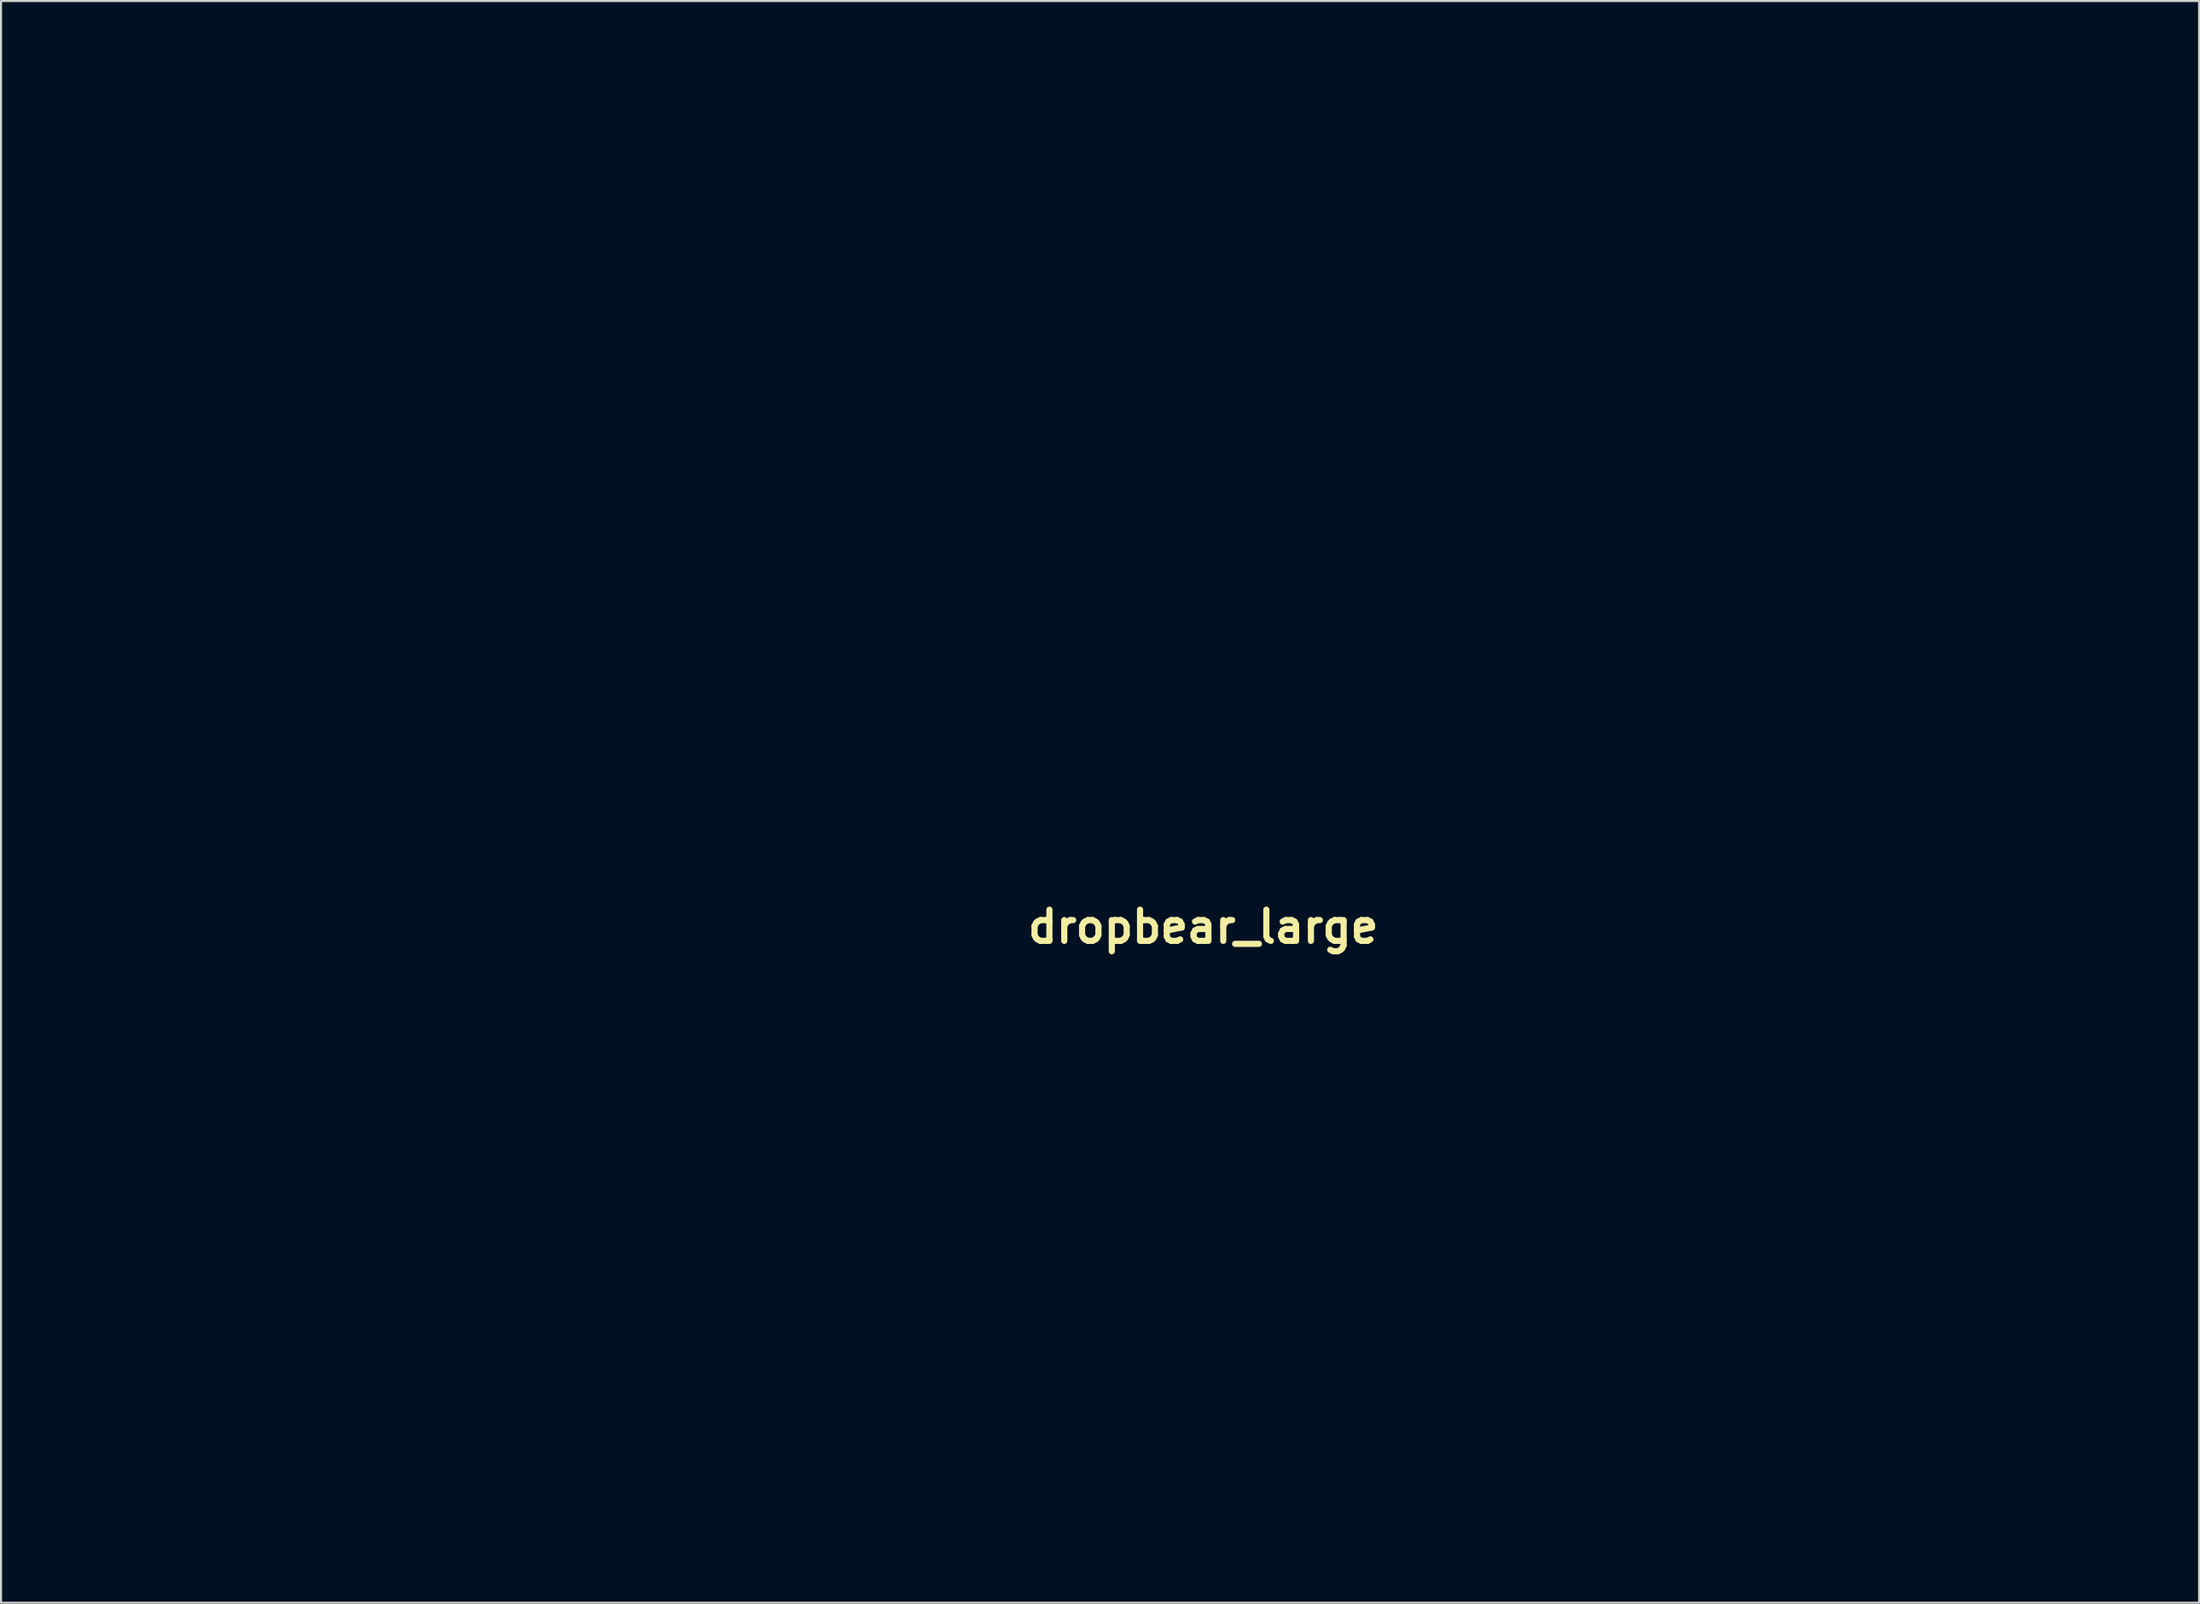
<source format=kicad_pcb>
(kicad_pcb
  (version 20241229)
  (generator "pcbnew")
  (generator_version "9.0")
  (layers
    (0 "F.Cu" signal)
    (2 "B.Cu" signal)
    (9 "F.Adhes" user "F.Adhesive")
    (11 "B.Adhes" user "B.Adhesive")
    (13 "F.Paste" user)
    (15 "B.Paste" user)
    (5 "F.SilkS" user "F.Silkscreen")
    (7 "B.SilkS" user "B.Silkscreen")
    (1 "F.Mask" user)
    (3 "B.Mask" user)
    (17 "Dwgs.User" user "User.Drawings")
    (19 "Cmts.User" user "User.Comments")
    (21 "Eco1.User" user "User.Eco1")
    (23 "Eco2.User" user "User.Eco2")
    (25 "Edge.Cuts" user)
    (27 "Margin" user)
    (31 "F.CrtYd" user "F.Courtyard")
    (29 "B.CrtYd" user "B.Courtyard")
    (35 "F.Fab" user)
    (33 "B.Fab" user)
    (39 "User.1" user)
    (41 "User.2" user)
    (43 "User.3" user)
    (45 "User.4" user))
  (footprint "dropbear_large"
    (layer "F.Cu")
    (at 55.711 42.227)
    (property "Reference" "dropbear_large" (at 0 0 0) (layer "F.SilkS") (effects (font (size 1.524 1.524) (thickness 0.3))))
    (attr through_hole)
    (fp_poly (pts (xy -4.691 -0.369) (xy -4.374 -0.342) (xy -4.12 -0.288) (xy -3.875 -0.197) (xy -3.831 -0.177) (xy -3.439 0.047) (xy -3.131 0.319) (xy -2.935 0.609) (xy -2.879 0.847) (xy -2.956 1.128) (xy -3.17 1.416) (xy -3.49 1.68) (xy -3.828 1.863) (xy -4.224 1.983) (xy -4.716 2.062) (xy -5.233 2.094) (xy -5.706 2.072) (xy -5.949 2.03) (xy -6.423 1.864) (xy -6.827 1.632) (xy -7.136 1.357) (xy -7.322 1.061) (xy -7.366 0.843) (xy -7.289 0.565) (xy -7.075 0.278) (xy -6.756 0.012) (xy -6.414 -0.177) (xy -6.165 -0.275) (xy -5.917 -0.335) (xy -5.615 -0.366) (xy -5.207 -0.376) (xy -5.122 -0.376) (xy -4.691 -0.369)) (stroke (width 0.01) (type solid)) (fill no) (layer "Eco2.User"))
    (fp_poly (pts (xy -20.693 -12.14) (xy -20.495 -11.991) (xy -20.191 -11.755) (xy -19.794 -11.441) (xy -19.316 -11.06) (xy -18.769 -10.622) (xy -18.167 -10.136) (xy -17.521 -9.614) (xy -17.282 -9.419) (xy -13.872 -6.646) (xy -14.281 -6.467) (xy -14.967 -6.241) (xy -15.723 -6.12) (xy -16.479 -6.111) (xy -16.849 -6.154) (xy -17.353 -6.278) (xy -17.891 -6.476) (xy -18.416 -6.725) (xy -18.885 -7.003) (xy -19.249 -7.288) (xy -19.358 -7.4) (xy -19.588 -7.72) (xy -19.842 -8.156) (xy -20.095 -8.664) (xy -20.327 -9.196) (xy -20.514 -9.706) (xy -20.575 -9.906) (xy -20.648 -10.22) (xy -20.712 -10.595) (xy -20.765 -10.996) (xy -20.803 -11.387) (xy -20.823 -11.736) (xy -20.823 -12.007) (xy -20.798 -12.165) (xy -20.772 -12.192) (xy -20.693 -12.14)) (stroke (width 0.01) (type solid)) (fill no) (layer "Eco2.User"))
    (fp_poly (pts (xy 11.837 -12.538) (xy 11.851 -12.328) (xy 11.842 -12.02) (xy 11.814 -11.649) (xy 11.77 -11.249) (xy 11.712 -10.855) (xy 11.643 -10.502) (xy 11.6 -10.329) (xy 11.439 -9.844) (xy 11.225 -9.317) (xy 10.979 -8.795) (xy 10.724 -8.323) (xy 10.482 -7.948) (xy 10.385 -7.826) (xy 10.049 -7.52) (xy 9.582 -7.217) (xy 9.02 -6.938) (xy 8.575 -6.763) (xy 8.145 -6.654) (xy 7.621 -6.582) (xy 7.066 -6.55) (xy 6.54 -6.562) (xy 6.105 -6.621) (xy 6.054 -6.633) (xy 5.713 -6.737) (xy 5.366 -6.863) (xy 5.264 -6.907) (xy 4.897 -7.07) (xy 8.307 -9.842) (xy 8.965 -10.376) (xy 9.584 -10.876) (xy 10.152 -11.333) (xy 10.656 -11.735) (xy 11.084 -12.074) (xy 11.423 -12.339) (xy 11.66 -12.521) (xy 11.784 -12.609) (xy 11.798 -12.615) (xy 11.837 -12.538)) (stroke (width 0.01) (type solid)) (fill no) (layer "Eco2.User"))
    (fp_poly (pts (xy -33.835 -42.065) (xy -32.597 -41.859) (xy -31.025 -41.466) (xy -29.449 -40.917) (xy -27.891 -40.225) (xy -26.375 -39.399) (xy -24.924 -38.452) (xy -23.768 -37.566) (xy -23.243 -37.111) (xy -22.665 -36.572) (xy -22.066 -35.98) (xy -21.479 -35.372) (xy -20.936 -34.778) (xy -20.471 -34.234) (xy -20.211 -33.904) (xy -19.644 -33.149) (xy -19.919 -33.054) (xy -20.385 -32.856) (xy -20.965 -32.548) (xy -21.653 -32.135) (xy -22.439 -31.623) (xy -23.315 -31.018) (xy -24.274 -30.325) (xy -25.307 -29.55) (xy -26.406 -28.698) (xy -27.564 -27.775) (xy -27.944 -27.467) (xy -28.392 -27.105) (xy -28.798 -26.781) (xy -29.143 -26.511) (xy -29.409 -26.309) (xy -29.578 -26.189) (xy -29.627 -26.162) (xy -29.732 -26.224) (xy -29.838 -26.347) (xy -30.012 -26.548) (xy -30.296 -26.82) (xy -30.658 -27.139) (xy -31.069 -27.478) (xy -31.5 -27.814) (xy -31.919 -28.12) (xy -32.094 -28.24) (xy -33.129 -28.858) (xy -34.222 -29.37) (xy -35.33 -29.759) (xy -36.195 -29.967) (xy -37.229 -30.111) (xy -38.306 -30.167) (xy -39.374 -30.136) (xy -40.38 -30.019) (xy -40.925 -29.91) (xy -41.529 -29.765) (xy -40.767 -29.713) (xy -40.397 -29.68) (xy -39.978 -29.631) (xy -39.545 -29.57) (xy -39.128 -29.504) (xy -38.76 -29.437) (xy -38.475 -29.376) (xy -38.304 -29.324) (xy -38.269 -29.299) (xy -38.346 -29.259) (xy -38.552 -29.198) (xy -38.85 -29.126) (xy -39.01 -29.092) (xy -40.287 -28.766) (xy -41.552 -28.324) (xy -42.782 -27.78) (xy -43.951 -27.148) (xy -45.034 -26.441) (xy -46.008 -25.673) (xy -46.847 -24.858) (xy -47.056 -24.621) (xy -47.306 -24.314) (xy -47.556 -23.987) (xy -47.785 -23.67) (xy -47.973 -23.391) (xy -48.1 -23.179) (xy -48.146 -23.063) (xy -48.143 -23.053) (xy -48.057 -23.074) (xy -47.883 -23.167) (xy -47.781 -23.232) (xy -47.153 -23.567) (xy -46.406 -23.831) (xy -45.576 -24.019) (xy -44.703 -24.122) (xy -43.822 -24.135) (xy -43.146 -24.076) (xy -42.749 -24.021) (xy -43.511 -23.31) (xy -44.334 -22.457) (xy -45.043 -21.543) (xy -45.625 -20.594) (xy -46.062 -19.633) (xy -46.233 -19.119) (xy -46.32 -18.733) (xy -46.39 -18.262) (xy -46.441 -17.754) (xy -46.468 -17.253) (xy -46.47 -16.805) (xy -46.443 -16.457) (xy -46.42 -16.341) (xy -46.339 -16.044) (xy -46.232 -16.552) (xy -45.885 -17.849) (xy -45.406 -19.077) (xy -44.805 -20.224) (xy -44.092 -21.275) (xy -43.275 -22.218) (xy -42.365 -23.039) (xy -41.37 -23.725) (xy -40.968 -23.95) (xy -40.602 -24.16) (xy -40.395 -24.325) (xy -40.344 -24.427) (xy -40.425 -24.614) (xy -40.659 -24.788) (xy -41.026 -24.942) (xy -41.511 -25.07) (xy -42.095 -25.165) (xy -42.433 -25.2) (xy -42.743 -25.234) (xy -42.976 -25.274) (xy -43.09 -25.314) (xy -43.095 -25.323) (xy -43.026 -25.422) (xy -42.84 -25.577) (xy -42.571 -25.765) (xy -42.255 -25.965) (xy -41.924 -26.156) (xy -41.614 -26.315) (xy -41.414 -26.4) (xy -41.107 -26.501) (xy -40.792 -26.571) (xy -40.418 -26.616) (xy -39.937 -26.645) (xy -39.825 -26.65) (xy -38.801 -26.631) (xy -37.808 -26.488) (xy -36.805 -26.213) (xy -35.963 -25.89) (xy -35.561 -25.718) (xy -36.027 -25.215) (xy -36.712 -24.377) (xy -37.288 -23.457) (xy -37.758 -22.442) (xy -38.129 -21.321) (xy -38.403 -20.081) (xy -38.586 -18.71) (xy -38.619 -18.34) (xy -38.663 -17.651) (xy -38.676 -17.03) (xy -38.658 -16.394) (xy -38.618 -15.779) (xy -38.517 -14.472) (xy -38.767 -14.262) (xy -38.925 -14.096) (xy -39.134 -13.831) (xy -39.36 -13.514) (xy -39.454 -13.37) (xy -39.643 -13.055) (xy -39.886 -12.619) (xy -40.167 -12.094) (xy -40.468 -11.514) (xy -40.773 -10.91) (xy -41.066 -10.316) (xy -41.33 -9.763) (xy -41.548 -9.286) (xy -41.619 -9.124) (xy -41.743 -8.858) (xy -41.85 -8.676) (xy -41.918 -8.613) (xy -41.924 -8.617) (xy -41.976 -8.726) (xy -42.05 -8.95) (xy -42.127 -9.229) (xy -42.174 -9.457) (xy -42.212 -9.749) (xy -42.244 -10.124) (xy -42.269 -10.603) (xy -42.29 -11.208) (xy -42.307 -11.958) (xy -42.31 -12.093) (xy -42.353 -14.408) (xy -42.602 -13.972) (xy -43.065 -13.016) (xy -43.443 -11.924) (xy -43.735 -10.71) (xy -43.94 -9.384) (xy -44.058 -7.958) (xy -44.087 -6.444) (xy -44.028 -4.854) (xy -43.879 -3.2) (xy -43.641 -1.493) (xy -43.427 -0.313) (xy -43.341 0.125) (xy -43.268 0.502) (xy -43.214 0.787) (xy -43.184 0.951) (xy -43.18 0.978) (xy -43.255 1.011) (xy -43.451 1.009) (xy -43.723 0.978) (xy -44.028 0.921) (xy -44.187 0.882) (xy -44.834 0.635) (xy -45.52 0.239) (xy -46.232 -0.297) (xy -46.959 -0.959) (xy -47.688 -1.737) (xy -48.407 -2.619) (xy -49.104 -3.593) (xy -49.485 -4.182) (xy -49.666 -4.464) (xy -49.813 -4.677) (xy -49.904 -4.79) (xy -49.923 -4.8) (xy -49.944 -4.711) (xy -49.986 -4.478) (xy -50.045 -4.124) (xy -50.118 -3.674) (xy -50.199 -3.15) (xy -50.254 -2.79) (xy -50.34 -2.231) (xy -50.42 -1.73) (xy -50.489 -1.31) (xy -50.545 -0.995) (xy -50.583 -0.809) (xy -50.596 -0.769) (xy -50.677 -0.799) (xy -50.834 -0.948) (xy -51.052 -1.193) (xy -51.312 -1.514) (xy -51.599 -1.887) (xy -51.894 -2.29) (xy -52.182 -2.702) (xy -52.445 -3.1) (xy -52.666 -3.462) (xy -52.685 -3.496) (xy -53.328 -4.79) (xy -53.844 -6.186) (xy -54.233 -7.673) (xy -54.495 -9.239) (xy -54.628 -10.873) (xy -54.634 -12.564) (xy -54.511 -14.302) (xy -54.259 -16.075) (xy -53.878 -17.872) (xy -53.368 -19.682) (xy -53.179 -20.259) (xy -52.926 -21.002) (xy -54.001 -20.18) (xy -54.388 -19.883) (xy -54.745 -19.607) (xy -55.043 -19.376) (xy -55.252 -19.212) (xy -55.316 -19.161) (xy -55.495 -19.046) (xy -55.63 -19.014) (xy -55.645 -19.02) (xy -55.684 -19.129) (xy -55.704 -19.376) (xy -55.706 -19.731) (xy -55.694 -20.165) (xy -55.668 -20.647) (xy -55.629 -21.147) (xy -55.581 -21.636) (xy -55.523 -22.084) (xy -55.459 -22.46) (xy -55.455 -22.479) (xy -55.108 -23.822) (xy -54.622 -25.216) (xy -54.01 -26.636) (xy -53.283 -28.057) (xy -52.454 -29.453) (xy -51.535 -30.799) (xy -51.323 -31.085) (xy -51.071 -31.426) (xy -50.866 -31.719) (xy -50.726 -31.938) (xy -50.666 -32.056) (xy -50.667 -32.069) (xy -50.773 -32.094) (xy -50.993 -32.107) (xy -51.182 -32.106) (xy -51.597 -32.054) (xy -52.125 -31.923) (xy -52.732 -31.722) (xy -53.389 -31.462) (xy -53.945 -31.212) (xy -54.275 -31.058) (xy -54.545 -30.941) (xy -54.72 -30.874) (xy -54.769 -30.865) (xy -54.766 -30.964) (xy -54.711 -31.187) (xy -54.615 -31.501) (xy -54.491 -31.872) (xy -54.348 -32.266) (xy -54.2 -32.652) (xy -54.056 -32.994) (xy -54.01 -33.095) (xy -53.391 -34.223) (xy -52.63 -35.267) (xy -51.731 -36.223) (xy -50.702 -37.086) (xy -49.549 -37.849) (xy -48.279 -38.508) (xy -46.898 -39.058) (xy -46.066 -39.32) (xy -45.239 -39.538) (xy -44.401 -39.718) (xy -43.514 -39.865) (xy -42.538 -39.987) (xy -41.434 -40.09) (xy -41.37 -40.095) (xy -40.704 -40.148) (xy -41.61 -40.75) (xy -41.973 -40.989) (xy -42.22 -41.162) (xy -42.343 -41.287) (xy -42.335 -41.379) (xy -42.188 -41.458) (xy -41.896 -41.538) (xy -41.452 -41.638) (xy -41.205 -41.693) (xy -39.322 -42.036) (xy -37.468 -42.212) (xy -35.64 -42.222) (xy -33.835 -42.065)) (stroke (width 0.01) (type solid)) (fill no) (layer "Eco2.User"))
    (fp_poly (pts (xy 28.243 -41.993) (xy 29.863 -41.782) (xy 30.317 -41.699) (xy 30.784 -41.603) (xy 31.238 -41.5) (xy 31.65 -41.399) (xy 31.994 -41.305) (xy 32.241 -41.225) (xy 32.364 -41.167) (xy 32.37 -41.148) (xy 32.275 -41.078) (xy 32.07 -40.937) (xy 31.785 -40.744) (xy 31.467 -40.532) (xy 30.633 -39.979) (xy 31.382 -39.923) (xy 32.869 -39.776) (xy 34.224 -39.568) (xy 35.476 -39.292) (xy 36.655 -38.941) (xy 37.789 -38.507) (xy 38.501 -38.184) (xy 39.78 -37.489) (xy 40.921 -36.695) (xy 41.924 -35.803) (xy 42.79 -34.812) (xy 43.518 -33.723) (xy 44.109 -32.534) (xy 44.496 -31.472) (xy 44.593 -31.143) (xy 44.663 -30.882) (xy 44.695 -30.724) (xy 44.694 -30.696) (xy 44.609 -30.718) (xy 44.406 -30.8) (xy 44.119 -30.928) (xy 43.893 -31.035) (xy 43.251 -31.323) (xy 42.617 -31.568) (xy 42.026 -31.759) (xy 41.512 -31.886) (xy 41.109 -31.937) (xy 41.107 -31.937) (xy 40.842 -31.936) (xy 40.652 -31.919) (xy 40.594 -31.901) (xy 40.624 -31.82) (xy 40.741 -31.631) (xy 40.927 -31.359) (xy 41.166 -31.03) (xy 41.249 -30.918) (xy 42.192 -29.574) (xy 43.045 -28.178) (xy 43.797 -26.754) (xy 44.435 -25.328) (xy 44.948 -23.924) (xy 45.323 -22.566) (xy 45.379 -22.31) (xy 45.444 -21.939) (xy 45.502 -21.494) (xy 45.551 -21.007) (xy 45.59 -20.506) (xy 45.617 -20.022) (xy 45.631 -19.585) (xy 45.629 -19.224) (xy 45.61 -18.97) (xy 45.573 -18.852) (xy 45.57 -18.85) (xy 45.452 -18.862) (xy 45.277 -18.963) (xy 45.24 -18.992) (xy 45.09 -19.111) (xy 44.836 -19.31) (xy 44.506 -19.565) (xy 44.131 -19.853) (xy 43.926 -20.01) (xy 42.851 -20.832) (xy 43.146 -19.962) (xy 43.343 -19.341) (xy 43.552 -18.611) (xy 43.756 -17.833) (xy 43.942 -17.065) (xy 44.094 -16.366) (xy 44.148 -16.087) (xy 44.42 -14.244) (xy 44.556 -12.456) (xy 44.558 -10.731) (xy 44.426 -9.075) (xy 44.162 -7.496) (xy 43.768 -6.001) (xy 43.243 -4.598) (xy 42.591 -3.292) (xy 41.811 -2.093) (xy 41.741 -1.999) (xy 41.406 -1.564) (xy 41.104 -1.189) (xy 40.849 -0.892) (xy 40.656 -0.69) (xy 40.541 -0.6) (xy 40.519 -0.601) (xy 40.495 -0.693) (xy 40.449 -0.93) (xy 40.387 -1.286) (xy 40.313 -1.739) (xy 40.23 -2.264) (xy 40.174 -2.625) (xy 40.089 -3.183) (xy 40.01 -3.682) (xy 39.942 -4.1) (xy 39.889 -4.412) (xy 39.855 -4.595) (xy 39.844 -4.634) (xy 39.79 -4.58) (xy 39.669 -4.413) (xy 39.503 -4.161) (xy 39.409 -4.012) (xy 38.757 -3.033) (xy 38.07 -2.125) (xy 37.362 -1.301) (xy 36.645 -0.575) (xy 35.936 0.039) (xy 35.246 0.529) (xy 34.59 0.88) (xy 34.228 1.016) (xy 33.907 1.101) (xy 33.593 1.16) (xy 33.328 1.188) (xy 33.153 1.181) (xy 33.105 1.147) (xy 33.12 1.055) (xy 33.163 0.827) (xy 33.227 0.492) (xy 33.308 0.081) (xy 33.352 -0.144) (xy 33.652 -1.88) (xy 33.862 -3.571) (xy 33.982 -5.206) (xy 34.012 -6.772) (xy 33.954 -8.259) (xy 33.808 -9.654) (xy 33.574 -10.945) (xy 33.255 -12.121) (xy 32.849 -13.17) (xy 32.526 -13.803) (xy 32.278 -14.239) (xy 32.234 -11.924) (xy 32.217 -11.149) (xy 32.197 -10.522) (xy 32.173 -10.024) (xy 32.142 -9.634) (xy 32.105 -9.33) (xy 32.06 -9.093) (xy 32.051 -9.06) (xy 31.971 -8.771) (xy 31.898 -8.55) (xy 31.849 -8.447) (xy 31.789 -8.488) (xy 31.687 -8.652) (xy 31.564 -8.907) (xy 31.543 -8.955) (xy 31.348 -9.393) (xy 31.101 -9.92) (xy 30.817 -10.501) (xy 30.515 -11.105) (xy 30.21 -11.699) (xy 29.919 -12.249) (xy 29.659 -12.725) (xy 29.446 -13.092) (xy 29.379 -13.201) (xy 29.157 -13.527) (xy 28.937 -13.821) (xy 28.752 -14.035) (xy 28.692 -14.093) (xy 28.442 -14.303) (xy 28.543 -15.609) (xy 28.587 -16.322) (xy 28.6 -16.95) (xy 28.583 -17.576) (xy 28.543 -18.171) (xy 28.383 -19.577) (xy 28.132 -20.849) (xy 27.786 -21.999) (xy 27.341 -23.039) (xy 26.793 -23.982) (xy 26.136 -24.84) (xy 25.951 -25.046) (xy 25.485 -25.549) (xy 25.887 -25.721) (xy 27.055 -26.144) (xy 28.207 -26.402) (xy 29.356 -26.5) (xy 29.485 -26.501) (xy 30.282 -26.462) (xy 30.974 -26.338) (xy 31.608 -26.121) (xy 31.798 -26.034) (xy 32.058 -25.892) (xy 32.345 -25.71) (xy 32.62 -25.517) (xy 32.848 -25.338) (xy 32.99 -25.201) (xy 33.02 -25.147) (xy 32.942 -25.112) (xy 32.736 -25.073) (xy 32.441 -25.038) (xy 32.358 -25.03) (xy 31.729 -24.955) (xy 31.191 -24.843) (xy 30.76 -24.702) (xy 30.454 -24.537) (xy 30.291 -24.356) (xy 30.268 -24.257) (xy 30.346 -24.128) (xy 30.582 -23.955) (xy 30.892 -23.78) (xy 31.885 -23.169) (xy 32.817 -22.415) (xy 33.67 -21.538) (xy 34.423 -20.558) (xy 35.058 -19.497) (xy 35.215 -19.18) (xy 35.469 -18.589) (xy 35.722 -17.902) (xy 35.948 -17.196) (xy 36.122 -16.541) (xy 36.157 -16.383) (xy 36.263 -15.875) (xy 36.344 -16.171) (xy 36.386 -16.458) (xy 36.397 -16.866) (xy 36.381 -17.348) (xy 36.341 -17.858) (xy 36.279 -18.352) (xy 36.2 -18.783) (xy 36.157 -18.949) (xy 35.804 -19.908) (xy 35.298 -20.866) (xy 34.655 -21.802) (xy 33.891 -22.691) (xy 33.436 -23.141) (xy 32.673 -23.852) (xy 32.995 -23.906) (xy 33.39 -23.945) (xy 33.895 -23.96) (xy 34.451 -23.95) (xy 35 -23.918) (xy 35.485 -23.865) (xy 35.711 -23.826) (xy 36.393 -23.649) (xy 37.034 -23.414) (xy 37.578 -23.143) (xy 37.705 -23.063) (xy 37.905 -22.942) (xy 38.04 -22.883) (xy 38.067 -22.884) (xy 38.044 -22.972) (xy 37.935 -23.163) (xy 37.759 -23.429) (xy 37.536 -23.742) (xy 37.287 -24.072) (xy 37.03 -24.392) (xy 36.966 -24.468) (xy 36.176 -25.288) (xy 35.244 -26.065) (xy 34.195 -26.787) (xy 33.053 -27.439) (xy 31.844 -28.008) (xy 30.592 -28.48) (xy 29.323 -28.84) (xy 28.924 -28.929) (xy 28.599 -29.001) (xy 28.348 -29.067) (xy 28.21 -29.117) (xy 28.194 -29.131) (xy 28.273 -29.172) (xy 28.487 -29.227) (xy 28.804 -29.291) (xy 29.192 -29.358) (xy 29.618 -29.422) (xy 30.048 -29.48) (xy 30.452 -29.524) (xy 30.692 -29.544) (xy 31.454 -29.596) (xy 30.86 -29.738) (xy 29.955 -29.903) (xy 28.965 -29.992) (xy 27.96 -30) (xy 27.415 -29.967) (xy 26.026 -29.764) (xy 24.692 -29.401) (xy 23.414 -28.878) (xy 22.194 -28.198) (xy 21.034 -27.359) (xy 20.205 -26.628) (xy 19.932 -26.37) (xy 19.705 -26.163) (xy 19.551 -26.03) (xy 19.498 -25.993) (xy 19.421 -26.044) (xy 19.24 -26.184) (xy 18.977 -26.394) (xy 18.66 -26.653) (xy 18.555 -26.741) (xy 17.509 -27.596) (xy 16.478 -28.419) (xy 15.473 -29.199) (xy 14.506 -29.928) (xy 13.592 -30.597) (xy 12.741 -31.196) (xy 11.968 -31.716) (xy 11.283 -32.149) (xy 10.701 -32.485) (xy 10.293 -32.689) (xy 10 -32.828) (xy 9.777 -32.946) (xy 9.661 -33.023) (xy 9.652 -33.036) (xy 9.707 -33.157) (xy 9.859 -33.379) (xy 10.092 -33.683) (xy 10.387 -34.045) (xy 10.726 -34.445) (xy 11.091 -34.861) (xy 11.465 -35.272) (xy 11.768 -35.591) (xy 13.178 -36.939) (xy 14.654 -38.133) (xy 16.189 -39.173) (xy 17.779 -40.057) (xy 19.421 -40.782) (xy 21.109 -41.349) (xy 22.84 -41.755) (xy 24.609 -41.998) (xy 26.411 -42.078) (xy 28.243 -41.993)) (stroke (width 0.01) (type solid)) (fill no) (layer "Eco2.User"))
    (fp_poly (pts (xy -3.668 -36.168) (xy -2.695 -36.047) (xy -2.328 -35.982) (xy -0.002 -35.45) (xy 2.313 -34.751) (xy 4.61 -33.89) (xy 6.884 -32.868) (xy 9.128 -31.688) (xy 11.337 -30.354) (xy 13.505 -28.868) (xy 15.625 -27.234) (xy 16.004 -26.922) (xy 16.491 -26.5) (xy 17.065 -25.975) (xy 17.704 -25.371) (xy 18.383 -24.71) (xy 19.078 -24.018) (xy 19.766 -23.318) (xy 20.423 -22.633) (xy 21.025 -21.989) (xy 21.549 -21.407) (xy 21.901 -20.997) (xy 23.703 -18.716) (xy 25.412 -16.314) (xy 27.007 -13.822) (xy 28.172 -11.811) (xy 28.874 -10.411) (xy 29.513 -8.876) (xy 30.083 -7.23) (xy 30.58 -5.497) (xy 30.996 -3.701) (xy 31.326 -1.866) (xy 31.566 -0.017) (xy 31.708 1.823) (xy 31.748 3.429) (xy 31.742 3.953) (xy 31.724 4.521) (xy 31.698 5.107) (xy 31.664 5.688) (xy 31.624 6.24) (xy 31.581 6.737) (xy 31.537 7.156) (xy 31.492 7.472) (xy 31.45 7.661) (xy 31.421 7.705) (xy 31.356 7.636) (xy 31.244 7.46) (xy 31.157 7.304) (xy 30.91 6.871) (xy 30.595 6.371) (xy 30.24 5.843) (xy 29.872 5.326) (xy 29.519 4.86) (xy 29.207 4.482) (xy 29.069 4.333) (xy 28.519 3.768) (xy 28.573 4.064) (xy 28.71 4.848) (xy 28.813 5.524) (xy 28.889 6.141) (xy 28.94 6.747) (xy 28.97 7.391) (xy 28.986 8.121) (xy 28.99 8.721) (xy 28.984 9.652) (xy 28.96 10.455) (xy 28.912 11.17) (xy 28.836 11.839) (xy 28.727 12.501) (xy 28.582 13.198) (xy 28.402 13.939) (xy 27.962 15.394) (xy 27.398 16.797) (xy 26.724 18.123) (xy 25.951 19.348) (xy 25.094 20.447) (xy 24.944 20.616) (xy 24.694 20.877) (xy 24.533 21.008) (xy 24.453 21.014) (xy 24.444 20.997) (xy 24.411 20.876) (xy 24.346 20.62) (xy 24.257 20.259) (xy 24.15 19.825) (xy 24.064 19.473) (xy 23.841 18.611) (xy 23.622 17.859) (xy 23.409 17.229) (xy 23.209 16.736) (xy 23.025 16.395) (xy 22.992 16.348) (xy 22.794 16.079) (xy 22.474 16.654) (xy 21.618 18.043) (xy 20.61 19.412) (xy 19.466 20.742) (xy 18.203 22.015) (xy 16.837 23.211) (xy 16.033 23.842) (xy 14.296 25.045) (xy 12.446 26.123) (xy 10.489 27.074) (xy 8.425 27.897) (xy 6.26 28.592) (xy 3.996 29.156) (xy 1.637 29.59) (xy -0.381 29.848) (xy -0.884 29.89) (xy -1.515 29.927) (xy -2.243 29.959) (xy -3.036 29.984) (xy -3.865 30.003) (xy -4.699 30.016) (xy -5.506 30.02) (xy -6.257 30.017) (xy -6.921 30.005) (xy -7.466 29.984) (xy -7.747 29.965) (xy -9.119 29.825) (xy -10.547 29.636) (xy -11.977 29.407) (xy -13.351 29.147) (xy -14.615 28.866) (xy -14.647 28.858) (xy -16.95 28.229) (xy -19.123 27.497) (xy -21.165 26.664) (xy -23.076 25.73) (xy -24.853 24.696) (xy -26.496 23.563) (xy -28.005 22.331) (xy -29.377 21.001) (xy -30.613 19.574) (xy -31.71 18.05) (xy -32.572 16.608) (xy -32.972 15.876) (xy -33.211 16.637) (xy -33.49 17.584) (xy -33.717 18.474) (xy -33.884 19.28) (xy -33.987 19.974) (xy -34.011 20.256) (xy -34.037 20.607) (xy -34.069 20.883) (xy -34.1 21.05) (xy -34.118 21.082) (xy -34.205 21.023) (xy -34.381 20.861) (xy -34.621 20.622) (xy -34.901 20.332) (xy -35.198 20.014) (xy -35.488 19.695) (xy -35.747 19.399) (xy -35.952 19.152) (xy -35.998 19.092) (xy -36.809 17.89) (xy -37.512 16.571) (xy -38.098 15.154) (xy -38.561 13.657) (xy -38.893 12.1) (xy -38.995 11.406) (xy -39.018 11.153) (xy -14.554 11.153) (xy -14.536 11.657) (xy -14.485 12.201) (xy -14.475 12.279) (xy -14.25 13.552) (xy -13.896 14.716) (xy -13.415 15.772) (xy -12.808 16.716) (xy -12.075 17.548) (xy -11.218 18.266) (xy -10.946 18.453) (xy -10.491 18.723) (xy -9.973 18.983) (xy -9.447 19.21) (xy -8.966 19.379) (xy -8.694 19.449) (xy -8.579 19.468) (xy -8.529 19.453) (xy -8.553 19.383) (xy -8.662 19.239) (xy -8.867 18.999) (xy -9.014 18.832) (xy -9.273 18.536) (xy -9.501 18.274) (xy -9.668 18.081) (xy -9.731 18.007) (xy -9.725 17.975) (xy -9.602 18.024) (xy -9.384 18.143) (xy -9.277 18.206) (xy -8.249 18.743) (xy -7.133 19.167) (xy -5.984 19.457) (xy -5.715 19.504) (xy -5.358 19.532) (xy -4.889 19.531) (xy -4.361 19.503) (xy -3.828 19.453) (xy -3.344 19.385) (xy -2.963 19.303) (xy -2.3 19.079) (xy -1.647 18.792) (xy -1.062 18.469) (xy -0.741 18.249) (xy -0.53 18.096) (xy -0.384 18.008) (xy -0.339 18) (xy -0.381 18.095) (xy -0.492 18.292) (xy -0.648 18.55) (xy -0.664 18.575) (xy -0.904 18.958) (xy -1.054 19.213) (xy -1.116 19.352) (xy -1.091 19.39) (xy -0.98 19.342) (xy -0.783 19.222) (xy -0.705 19.173) (xy 0.459 18.349) (xy 1.467 17.463) (xy 2.318 16.516) (xy 3.012 15.512) (xy 3.548 14.452) (xy 3.927 13.339) (xy 4.147 12.175) (xy 4.21 10.964) (xy 4.114 9.706) (xy 3.859 8.406) (xy 3.445 7.065) (xy 2.871 5.686) (xy 2.138 4.271) (xy 1.245 2.823) (xy 1.226 2.794) (xy 0.665 1.987) (xy 0.077 1.201) (xy -0.525 0.451) (xy -1.123 -0.243) (xy -1.704 -0.866) (xy -2.25 -1.399) (xy -2.746 -1.826) (xy -3.177 -2.13) (xy -3.291 -2.194) (xy -4.053 -2.518) (xy -4.79 -2.678) (xy -5.508 -2.672) (xy -6.214 -2.5) (xy -6.914 -2.16) (xy -7.614 -1.652) (xy -7.679 -1.597) (xy -8.009 -1.322) (xy -8.371 -1.037) (xy -8.685 -0.804) (xy -9.402 -0.214) (xy -10.112 0.534) (xy -10.805 1.43) (xy -11.477 2.463) (xy -12.12 3.622) (xy -12.728 4.896) (xy -13.294 6.274) (xy -13.703 7.414) (xy -13.981 8.264) (xy -14.199 8.986) (xy -14.361 9.607) (xy -14.471 10.157) (xy -14.534 10.663) (xy -14.554 11.153) (xy -39.018 11.153) (xy -39.078 10.495) (xy -39.114 9.465) (xy -39.106 8.36) (xy -39.054 7.222) (xy -38.961 6.096) (xy -38.827 5.024) (xy -38.732 4.445) (xy -38.722 4.342) (xy -38.751 4.314) (xy -38.838 4.371) (xy -39.002 4.528) (xy -39.26 4.796) (xy -39.289 4.826) (xy -39.6 5.177) (xy -39.949 5.607) (xy -40.283 6.049) (xy -40.456 6.295) (xy -41.021 7.13) (xy -41.081 6.719) (xy -41.228 5.384) (xy -41.304 3.93) (xy -41.308 2.39) (xy -41.242 0.797) (xy -41.109 -0.816) (xy -40.908 -2.416) (xy -40.643 -3.969) (xy -40.632 -4.022) (xy -40.1 -6.336) (xy -39.433 -8.576) (xy -38.629 -10.747) (xy -38.082 -11.965) (xy -25.107 -11.965) (xy -24.973 -10.557) (xy -24.697 -9.19) (xy -24.282 -7.884) (xy -23.759 -6.719) (xy -23.545 -6.308) (xy -23.541 -6.788) (xy -23.523 -7.171) (xy -23.479 -7.611) (xy -23.414 -8.08) (xy -23.334 -8.547) (xy -23.246 -8.982) (xy -23.154 -9.355) (xy -23.066 -9.636) (xy -22.986 -9.796) (xy -22.948 -9.821) (xy -22.902 -9.745) (xy -22.834 -9.545) (xy -22.757 -9.26) (xy -22.744 -9.207) (xy -22.403 -8.058) (xy -21.957 -7.018) (xy -21.414 -6.094) (xy -20.78 -5.294) (xy -20.06 -4.625) (xy -19.263 -4.093) (xy -18.394 -3.705) (xy -17.459 -3.469) (xy -17.314 -3.447) (xy -16.821 -3.407) (xy -16.234 -3.404) (xy -15.624 -3.434) (xy -15.064 -3.496) (xy -14.954 -3.514) (xy -14.45 -3.618) (xy -13.917 -3.754) (xy -13.395 -3.911) (xy -12.927 -4.074) (xy -12.553 -4.23) (xy -12.353 -4.339) (xy -12.136 -4.54) (xy -11.918 -4.833) (xy -11.825 -4.995) (xy -11.686 -5.297) (xy -11.622 -5.549) (xy -11.616 -5.841) (xy -11.624 -5.981) (xy -11.643 -6.073) (xy 2.639 -6.073) (xy 2.679 -5.817) (xy 2.788 -5.545) (xy 2.851 -5.419) (xy 3.048 -5.104) (xy 3.272 -4.848) (xy 3.378 -4.763) (xy 3.635 -4.628) (xy 4.016 -4.474) (xy 4.482 -4.314) (xy 4.99 -4.16) (xy 5.5 -4.026) (xy 5.913 -3.937) (xy 6.396 -3.875) (xy 6.976 -3.847) (xy 7.598 -3.852) (xy 8.207 -3.887) (xy 8.748 -3.952) (xy 9.102 -4.025) (xy 9.982 -4.352) (xy 10.798 -4.828) (xy 11.542 -5.446) (xy 12.205 -6.197) (xy 12.782 -7.072) (xy 13.265 -8.062) (xy 13.646 -9.158) (xy 13.77 -9.631) (xy 13.847 -9.926) (xy 13.918 -10.143) (xy 13.968 -10.242) (xy 13.973 -10.245) (xy 14.045 -10.165) (xy 14.13 -9.948) (xy 14.22 -9.622) (xy 14.311 -9.218) (xy 14.396 -8.765) (xy 14.47 -8.294) (xy 14.527 -7.834) (xy 14.56 -7.417) (xy 14.566 -7.212) (xy 14.57 -6.731) (xy 14.733 -7.027) (xy 14.832 -7.231) (xy 14.972 -7.544) (xy 15.129 -7.918) (xy 15.237 -8.186) (xy 15.703 -9.587) (xy 16.006 -11.027) (xy 16.145 -12.495) (xy 16.121 -13.98) (xy 15.932 -15.472) (xy 15.665 -16.656) (xy 15.477 -17.351) (xy 15.126 -17.173) (xy 14.83 -17.014) (xy 14.418 -16.778) (xy 13.915 -16.481) (xy 13.345 -16.139) (xy 12.734 -15.765) (xy 12.107 -15.377) (xy 11.489 -14.989) (xy 10.906 -14.618) (xy 10.383 -14.277) (xy 10.339 -14.248) (xy 8.895 -13.262) (xy 7.595 -12.312) (xy 6.443 -11.4) (xy 5.439 -10.526) (xy 4.586 -9.694) (xy 3.885 -8.905) (xy 3.338 -8.161) (xy 2.948 -7.463) (xy 2.716 -6.815) (xy 2.65 -6.404) (xy 2.639 -6.073) (xy -11.643 -6.073) (xy -11.749 -6.598) (xy -12.033 -7.265) (xy -12.476 -7.98) (xy -13.076 -8.741) (xy -13.832 -9.548) (xy -14.742 -10.398) (xy -15.805 -11.29) (xy -17.019 -12.223) (xy -18.382 -13.195) (xy -19.346 -13.845) (xy -19.854 -14.176) (xy -20.425 -14.541) (xy -21.035 -14.925) (xy -21.658 -15.311) (xy -22.268 -15.684) (xy -22.841 -16.029) (xy -23.35 -16.33) (xy -23.771 -16.572) (xy -24.077 -16.738) (xy -24.1 -16.75) (xy -24.452 -16.928) (xy -24.64 -16.232) (xy -24.942 -14.823) (xy -25.097 -13.394) (xy -25.107 -11.965) (xy -38.082 -11.965) (xy -37.683 -12.854) (xy -36.592 -14.903) (xy -35.354 -16.898) (xy -33.964 -18.845) (xy -32.42 -20.749) (xy -30.719 -22.615) (xy -28.856 -24.449) (xy -26.83 -26.256) (xy -26.501 -26.533) (xy -24.504 -28.133) (xy -22.487 -29.6) (xy -20.459 -30.93) (xy -18.426 -32.12) (xy -16.396 -33.166) (xy -14.376 -34.065) (xy -12.375 -34.811) (xy -10.4 -35.401) (xy -8.458 -35.833) (xy -8.128 -35.89) (xy -6.866 -36.075) (xy -5.722 -36.183) (xy -4.667 -36.214) (xy -3.668 -36.168)) (stroke (width 0.01) (type solid)) (fill no) (layer "Eco2.User")))
  (gr_rect
    (start -3 -3)
    (end 104.347 75.252)
    (stroke (width 0.1) (type default))
    (fill no)
    (layer "Edge.Cuts")))
</source>
